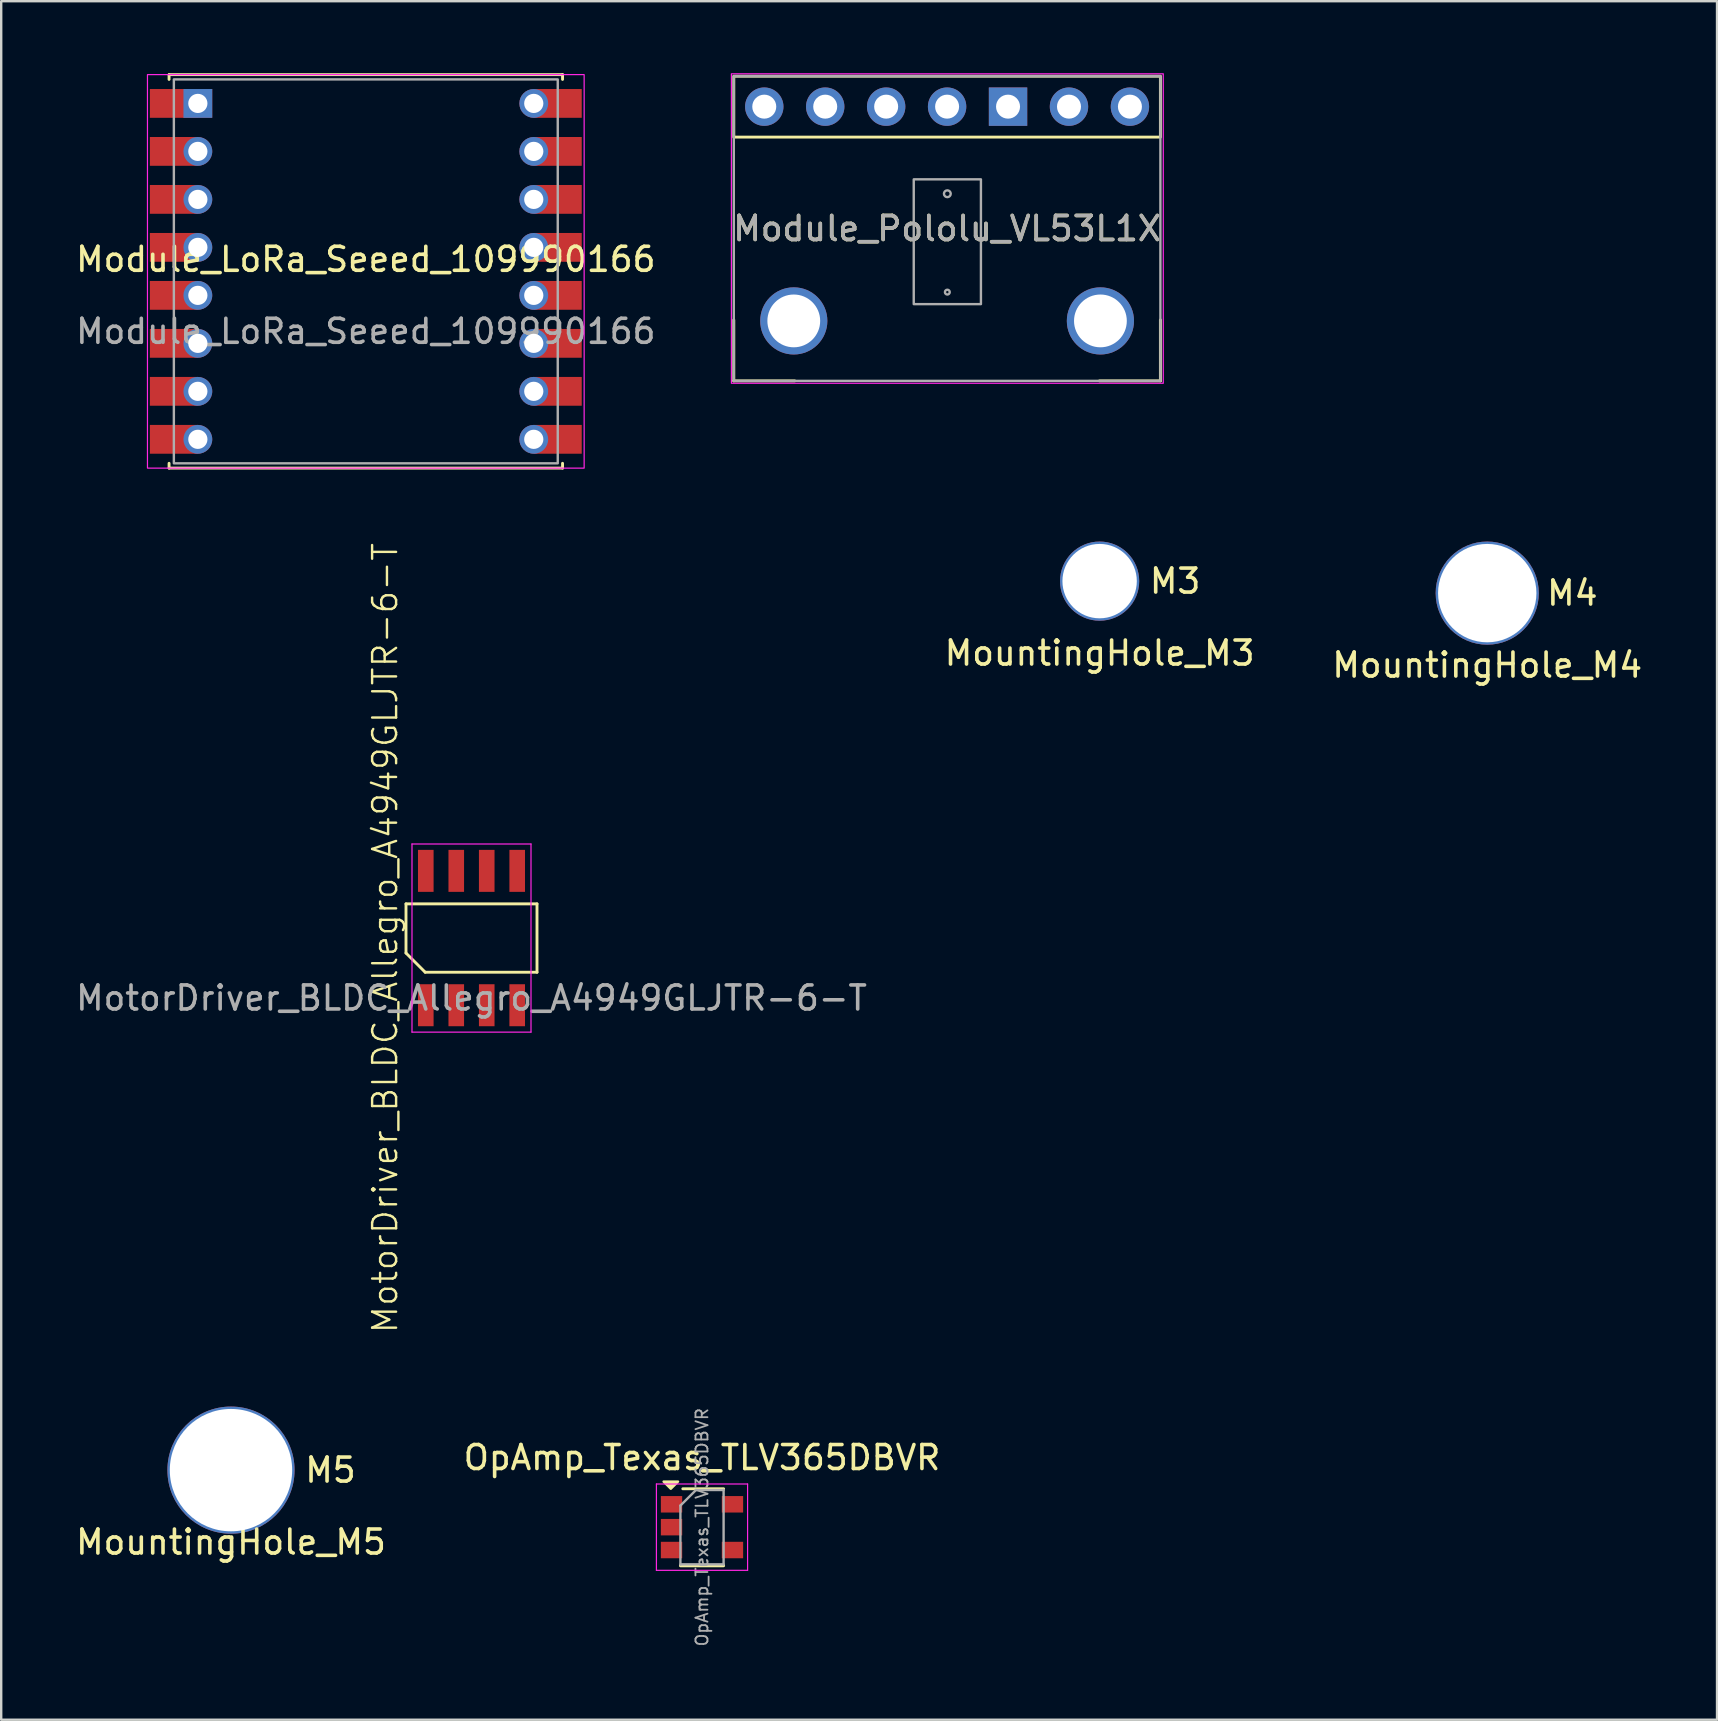
<source format=kicad_pcb>
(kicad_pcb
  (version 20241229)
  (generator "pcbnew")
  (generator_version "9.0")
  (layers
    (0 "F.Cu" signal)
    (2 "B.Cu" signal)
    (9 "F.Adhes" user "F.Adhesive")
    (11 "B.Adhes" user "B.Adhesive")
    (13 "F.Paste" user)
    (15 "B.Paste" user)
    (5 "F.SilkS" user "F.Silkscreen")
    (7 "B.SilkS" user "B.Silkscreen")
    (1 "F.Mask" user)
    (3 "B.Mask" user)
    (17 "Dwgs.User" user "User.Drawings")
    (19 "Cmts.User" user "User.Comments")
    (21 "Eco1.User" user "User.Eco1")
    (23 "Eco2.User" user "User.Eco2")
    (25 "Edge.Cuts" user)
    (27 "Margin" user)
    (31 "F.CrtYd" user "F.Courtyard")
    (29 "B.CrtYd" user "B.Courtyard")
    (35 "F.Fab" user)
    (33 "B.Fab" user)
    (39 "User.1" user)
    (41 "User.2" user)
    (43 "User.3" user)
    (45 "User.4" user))
  (footprint "Module_Pololu_VL53L1X"
    (layer "F.Cu")
    (at 36.423 6.475)
    (property "Reference" "Module_Pololu_VL53L1X" (at 0 0 0) (unlocked yes) (layer "F.SilkS") (effects (font (size 1 1) (thickness 0.15))))
    (attr smd)
    (fp_line (start -8.89 3.81) (end -8.89 6.35) (stroke (width 0.12) (type default)) (layer "F.SilkS"))
    (fp_line (start -8.89 6.35) (end -6.35 6.35) (stroke (width 0.12) (type default)) (layer "F.SilkS"))
    (fp_line (start 8.89 3.81) (end 8.89 6.35) (stroke (width 0.12) (type default)) (layer "F.SilkS"))
    (fp_line (start 8.89 6.35) (end 6.35 6.35) (stroke (width 0.12) (type default)) (layer "F.SilkS"))
    (fp_rect (start -8.89 -6.35) (end 8.89 -3.81) (stroke (width 0.12) (type default)) (fill no) (layer "F.SilkS"))
    (fp_rect (start -8.99 -6.45) (end 9.01 6.45) (stroke (width 0.05) (type default)) (fill no) (layer "F.CrtYd"))
    (fp_rect (start -8.89 -6.35) (end 8.89 6.35) (stroke (width 0.1) (type default)) (fill no) (layer "F.Fab"))
    (fp_rect (start -1.39 -2.05) (end 1.41 3.15) (stroke (width 0.1) (type default)) (fill no) (layer "F.Fab"))
    (fp_circle (center 0.01 -1.45) (end 0.11 -1.35) (stroke (width 0.1) (type default)) (fill no) (layer "F.Fab"))
    (fp_circle (center 0.01 2.65) (end 0.01 2.75) (stroke (width 0.1) (type default)) (fill no) (layer "F.Fab"))
    (fp_text user "${REFERENCE}" (at 0 0 0) (unlocked yes) (layer "F.Fab") (effects (font (size 1 1) (thickness 0.15))))
    (pad "" thru_hole circle (at -6.39 3.85) (size 2.8 2.8) (drill 2.2) (layers "*.Cu" "*.Mask"))
    (pad "" thru_hole circle (at 6.39 3.85) (size 2.8 2.8) (drill 2.2) (layers "*.Cu" "*.Mask"))
    (pad "1" thru_hole circle (at 7.62 -5.08 180) (size 1.6 1.6) (drill 1) (layers "*.Cu" "*.Mask"))
    (pad "2" thru_hole circle (at 5.08 -5.08 180) (size 1.6 1.6) (drill 1) (layers "*.Cu" "*.Mask"))
    (pad "3" thru_hole rect (at 2.54 -5.08 180) (size 1.6 1.6) (drill 1) (layers "*.Cu" "*.Mask"))
    (pad "4" thru_hole circle (at 0 -5.08 180) (size 1.6 1.6) (drill 1) (layers "*.Cu" "*.Mask"))
    (pad "5" thru_hole circle (at -2.54 -5.08 180) (size 1.6 1.6) (drill 1) (layers "*.Cu" "*.Mask"))
    (pad "6" thru_hole circle (at -5.08 -5.08 180) (size 1.6 1.6) (drill 1) (layers "*.Cu" "*.Mask"))
    (pad "7" thru_hole circle (at -7.62 -5.08 180) (size 1.6 1.6) (drill 1) (layers "*.Cu" "*.Mask")))
  (footprint "Module_LoRa_Seeed_109990166"
    (layer "F.Cu")
    (at 12.196 8.26)
    (property "Reference" "Module_LoRa_Seeed_109990166" (at 0 -0.5 0) (unlocked yes) (layer "F.SilkS") (effects (font (size 1 1) (thickness 0.15))))
    (attr smd)
    (fp_line (start -8.2 -8.2) (end 8.2 -8.2) (stroke (width 0.12) (type default)) (layer "F.SilkS"))
    (fp_line (start -8.2 -8) (end -8.2 -8.2) (stroke (width 0.12) (type default)) (layer "F.SilkS"))
    (fp_line (start -8.2 8) (end -8.2 8.2) (stroke (width 0.12) (type default)) (layer "F.SilkS"))
    (fp_line (start -8.2 8.2) (end 8.2 8.2) (stroke (width 0.12) (type default)) (layer "F.SilkS"))
    (fp_line (start 8.2 -8.2) (end 8.2 -8) (stroke (width 0.12) (type default)) (layer "F.SilkS"))
    (fp_line (start 8.2 8.2) (end 8.2 8) (stroke (width 0.12) (type default)) (layer "F.SilkS"))
    (fp_rect (start -9.1 -8.2) (end 9.1 8.2) (stroke (width 0.05) (type default)) (fill no) (layer "F.CrtYd"))
    (fp_rect (start -8 -8) (end 8 8) (stroke (width 0.1) (type default)) (fill no) (layer "F.Fab"))
    (fp_text user "${REFERENCE}" (at 0 2.5 0) (unlocked yes) (layer "F.Fab") (effects (font (size 1 1) (thickness 0.15))))
    (pad "1" smd rect (at -8 -7) (size 2 1.2) (layers "F.Cu" "F.Mask" "F.Paste"))
    (pad "1" thru_hole rect (at -7 -7) (size 1.2 1.2) (drill 0.8) (layers "*.Cu" "*.Mask"))
    (pad "2" smd rect (at -8 -5) (size 2 1.2) (layers "F.Cu" "F.Mask" "F.Paste"))
    (pad "2" thru_hole circle (at -7 -5) (size 1.2 1.2) (drill 0.8) (layers "*.Cu" "*.Mask"))
    (pad "3" smd rect (at -8 -3) (size 2 1.2) (layers "F.Cu" "F.Mask" "F.Paste"))
    (pad "3" thru_hole circle (at -7 -3) (size 1.2 1.2) (drill 0.8) (layers "*.Cu" "*.Mask"))
    (pad "4" smd rect (at -8 -1) (size 2 1.2) (layers "F.Cu" "F.Mask" "F.Paste"))
    (pad "4" thru_hole circle (at -7 -1) (size 1.2 1.2) (drill 0.8) (layers "*.Cu" "*.Mask"))
    (pad "5" smd rect (at -8 1) (size 2 1.2) (layers "F.Cu" "F.Mask" "F.Paste"))
    (pad "5" thru_hole circle (at -7 1) (size 1.2 1.2) (drill 0.8) (layers "*.Cu" "*.Mask"))
    (pad "6" smd rect (at -8 3) (size 2 1.2) (layers "F.Cu" "F.Mask" "F.Paste"))
    (pad "6" thru_hole circle (at -7 3) (size 1.2 1.2) (drill 0.8) (layers "*.Cu" "*.Mask"))
    (pad "7" smd rect (at -8 5) (size 2 1.2) (layers "F.Cu" "F.Mask" "F.Paste"))
    (pad "7" thru_hole circle (at -7 5) (size 1.2 1.2) (drill 0.8) (layers "*.Cu" "*.Mask"))
    (pad "8" smd rect (at -8 7) (size 2 1.2) (layers "F.Cu" "F.Mask" "F.Paste"))
    (pad "8" thru_hole circle (at -7 7) (size 1.2 1.2) (drill 0.8) (layers "*.Cu" "*.Mask"))
    (pad "9" thru_hole circle (at 7 7) (size 1.2 1.2) (drill 0.8) (layers "*.Cu" "*.Mask"))
    (pad "9" smd rect (at 8 7) (size 2 1.2) (layers "F.Cu" "F.Mask" "F.Paste"))
    (pad "10" thru_hole circle (at 7 5) (size 1.2 1.2) (drill 0.8) (layers "*.Cu" "*.Mask"))
    (pad "10" smd rect (at 8 5) (size 2 1.2) (layers "F.Cu" "F.Mask" "F.Paste"))
    (pad "11" thru_hole circle (at 7 3) (size 1.2 1.2) (drill 0.8) (layers "*.Cu" "*.Mask"))
    (pad "11" smd rect (at 8 3) (size 2 1.2) (layers "F.Cu" "F.Mask" "F.Paste"))
    (pad "12" thru_hole circle (at 7 1) (size 1.2 1.2) (drill 0.8) (layers "*.Cu" "*.Mask"))
    (pad "12" smd rect (at 8 1) (size 2 1.2) (layers "F.Cu" "F.Mask" "F.Paste"))
    (pad "13" thru_hole circle (at 7 -1) (size 1.2 1.2) (drill 0.8) (layers "*.Cu" "*.Mask"))
    (pad "13" smd rect (at 8 -1) (size 2 1.2) (layers "F.Cu" "F.Mask" "F.Paste"))
    (pad "14" thru_hole circle (at 7 -3) (size 1.2 1.2) (drill 0.8) (layers "*.Cu" "*.Mask"))
    (pad "14" smd rect (at 8 -3) (size 2 1.2) (layers "F.Cu" "F.Mask" "F.Paste"))
    (pad "15" thru_hole circle (at 7 -5) (size 1.2 1.2) (drill 0.8) (layers "*.Cu" "*.Mask"))
    (pad "15" smd rect (at 8 -5) (size 2 1.2) (layers "F.Cu" "F.Mask" "F.Paste"))
    (pad "16" thru_hole circle (at 7 -7) (size 1.2 1.2) (drill 0.8) (layers "*.Cu" "*.Mask"))
    (pad "16" smd rect (at 8 -7) (size 2 1.2) (layers "F.Cu" "F.Mask" "F.Paste")))
  (footprint "OpAmp_Texas_TLV365DBVR"
    (layer "F.Cu")
    (at 26.208 60.599)
    (property "Reference" "OpAmp_Texas_TLV365DBVR" (at 0 -2.9 0) (layer "F.SilkS") (effects (font (size 1 1) (thickness 0.15))))
    (attr smd)
    (fp_line (start -0.9 1.61) (end 0.9 1.61) (stroke (width 0.12) (type solid)) (layer "F.SilkS"))
    (fp_line (start 0.9 -1.6) (end -0.8 -1.6) (stroke (width 0.12) (type solid)) (layer "F.SilkS"))
    (fp_poly (pts (xy -1.3 -1.6) (xy -1.6 -1.9) (xy -1 -1.9)) (stroke (width 0.1) (type solid)) (fill yes) (layer "F.SilkS"))
    (fp_line (start -1.9 -1.8) (end -1.9 1.8) (stroke (width 0.05) (type solid)) (layer "F.CrtYd"))
    (fp_line (start -1.9 -1.8) (end 1.9 -1.8) (stroke (width 0.05) (type solid)) (layer "F.CrtYd"))
    (fp_line (start 1.9 1.8) (end -1.9 1.8) (stroke (width 0.05) (type solid)) (layer "F.CrtYd"))
    (fp_line (start 1.9 1.8) (end 1.9 -1.8) (stroke (width 0.05) (type solid)) (layer "F.CrtYd"))
    (fp_line (start -0.9 -0.9) (end -0.9 1.55) (stroke (width 0.1) (type solid)) (layer "F.Fab"))
    (fp_line (start -0.9 -0.9) (end -0.25 -1.55) (stroke (width 0.1) (type solid)) (layer "F.Fab"))
    (fp_line (start 0.9 -1.55) (end -0.25 -1.55) (stroke (width 0.1) (type solid)) (layer "F.Fab"))
    (fp_line (start 0.9 -1.55) (end 0.9 1.55) (stroke (width 0.1) (type solid)) (layer "F.Fab"))
    (fp_line (start 0.9 1.55) (end -0.9 1.55) (stroke (width 0.1) (type solid)) (layer "F.Fab"))
    (fp_text user "${REFERENCE}" (at 0 0 90) (layer "F.Fab") (effects (font (size 0.5 0.5) (thickness 0.075))))
    (pad "1" smd rect (at -1.27 -0.953) (size 0.889 0.686) (layers "F.Cu" "F.Mask" "F.Paste"))
    (pad "2" smd rect (at -1.27 0) (size 0.889 0.686) (layers "F.Cu" "F.Mask" "F.Paste"))
    (pad "3" smd rect (at -1.27 0.953) (size 0.889 0.686) (layers "F.Cu" "F.Mask" "F.Paste"))
    (pad "4" smd rect (at 1.27 0.953) (size 0.889 0.686) (layers "F.Cu" "F.Mask" "F.Paste"))
    (pad "5" smd rect (at 1.27 -0.953) (size 0.889 0.686) (layers "F.Cu" "F.Mask" "F.Paste")))
  (footprint "MotorDriver_BLDC_Allegro_A4949GLJTR-6-T"
    (layer "F.Cu")
    (at 16.601 36.046)
    (property "Reference" "MotorDriver_BLDC_Allegro_A4949GLJTR-6-T" (at -3.6 0 90) (unlocked yes) (layer "F.SilkS") (effects (font (size 1 1) (thickness 0.1))))
    (attr smd)
    (fp_line (start -2.73 -1.425) (end 2.73 -1.425) (stroke (width 0.12) (type default)) (layer "F.SilkS"))
    (fp_line (start -2.73 0.625) (end -2.73 -1.425) (stroke (width 0.12) (type default)) (layer "F.SilkS"))
    (fp_line (start -1.93 1.425) (end -2.73 0.625) (stroke (width 0.12) (type default)) (layer "F.SilkS"))
    (fp_line (start 2.73 -1.425) (end 2.73 1.425) (stroke (width 0.12) (type default)) (layer "F.SilkS"))
    (fp_line (start 2.73 1.425) (end -1.93 1.425) (stroke (width 0.12) (type default)) (layer "F.SilkS"))
    (fp_line (start -2.48 -3.92) (end 2.48 -3.92) (stroke (width 0.05) (type default)) (layer "F.CrtYd"))
    (fp_line (start -2.48 3.92) (end -2.48 -3.92) (stroke (width 0.05) (type default)) (layer "F.CrtYd"))
    (fp_line (start 2.48 -3.92) (end 2.48 3.92) (stroke (width 0.05) (type default)) (layer "F.CrtYd"))
    (fp_line (start 2.48 3.92) (end -2.48 3.92) (stroke (width 0.05) (type default)) (layer "F.CrtYd"))
    (fp_text user "${REFERENCE}" (at 0 2.5 0) (unlocked yes) (layer "F.Fab") (effects (font (size 1 1) (thickness 0.15))))
    (pad "1" smd rect (at -1.905 2.8) (size 0.65 1.75) (layers "F.Cu" "F.Mask" "F.Paste"))
    (pad "2" smd rect (at -0.635 2.8) (size 0.65 1.75) (layers "F.Cu" "F.Mask" "F.Paste"))
    (pad "3" smd rect (at 0.635 2.8) (size 0.65 1.75) (layers "F.Cu" "F.Mask" "F.Paste"))
    (pad "4" smd rect (at 1.905 2.8) (size 0.65 1.75) (layers "F.Cu" "F.Mask" "F.Paste"))
    (pad "5" smd rect (at 1.905 -2.8) (size 0.65 1.75) (layers "F.Cu" "F.Mask" "F.Paste"))
    (pad "6" smd rect (at 0.635 -2.8) (size 0.65 1.75) (layers "F.Cu" "F.Mask" "F.Paste"))
    (pad "7" smd rect (at -0.635 -2.8) (size 0.65 1.75) (layers "F.Cu" "F.Mask" "F.Paste"))
    (pad "8" smd rect (at -1.905 -2.8) (size 0.65 1.75) (layers "F.Cu" "F.Mask" "F.Paste")))
  (footprint "MountingHole_M4"
    (layer "F.Cu")
    (at 58.935 21.67)
    (property "Reference" "MountingHole_M4" (at 0 3 0) (layer "F.SilkS") (effects (font (size 1 1) (thickness 0.15))))
    (attr through_hole)
    (fp_text user "M4" (at 2.4 0 0) (unlocked yes) (layer "F.SilkS") (effects (font (size 1 1) (thickness 0.15) (bold yes)) (justify left)))
    (fp_text user "M4" (at 0 0 0) (unlocked yes) (layer "F.Fab") (effects (font (size 0.5 0.5) (thickness 0.1))))
    (pad "" thru_hole circle (at 0 0) (size 4.3 4.3) (drill 4.1) (layers "*.Cu" "*.Mask")))
  (footprint "MountingHole_M5"
    (layer "F.Cu")
    (at 6.577 58.222)
    (property "Reference" "MountingHole_M5" (at 0 3 0) (layer "F.SilkS") (effects (font (size 1 1) (thickness 0.15))))
    (attr through_hole)
    (fp_text user "M5" (at 3 0 0) (unlocked yes) (layer "F.SilkS") (effects (font (size 1 1) (thickness 0.15) (bold yes)) (justify left)))
    (fp_text user "M5" (at 0 0 0) (unlocked yes) (layer "F.Fab") (effects (font (size 0.5 0.5) (thickness 0.1))))
    (pad "" thru_hole circle (at 0 0 90) (size 5.3 5.3) (drill 5.1) (layers "*.Cu" "*.Mask")))
  (footprint "MountingHole_M3"
    (layer "F.Cu")
    (at 42.78 21.17)
    (property "Reference" "MountingHole_M3" (at 0 3 0) (layer "F.SilkS") (effects (font (size 1 1) (thickness 0.15))))
    (attr through_hole)
    (fp_text user "M3" (at 2 0 0) (unlocked yes) (layer "F.SilkS") (effects (font (size 1 1) (thickness 0.15) (bold yes)) (justify left)))
    (fp_text user "M3" (at 0 0 0) (unlocked yes) (layer "F.Fab") (effects (font (size 0.5 0.5) (thickness 0.1))))
    (pad "" thru_hole circle (at 0 0) (size 3.3 3.3) (drill 3.1) (layers "*.Cu" "*.Mask")))
  (gr_rect
    (start -3 -3)
    (end 68.512 68.626)
    (stroke (width 0.1) (type default))
    (fill no)
    (layer "Edge.Cuts")))
</source>
